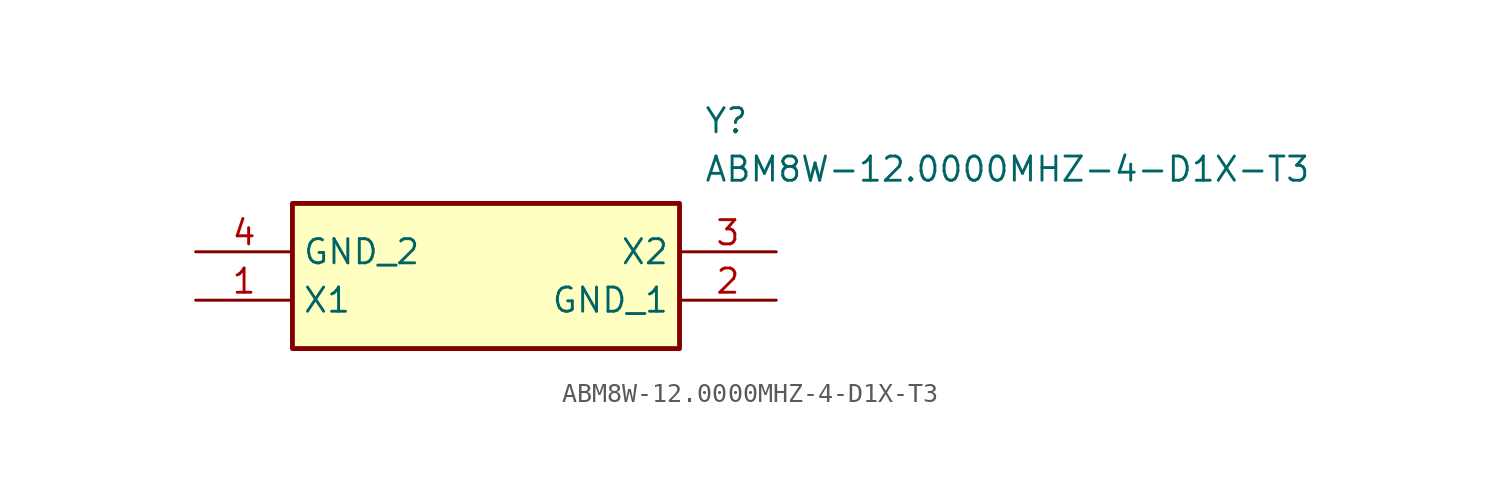
<source format=kicad_sym>
(kicad_symbol_lib
  (version 20211014)
  (generator SamacSys_ECAD_Model)
  (symbol "ABM8W-12.0000MHZ-4-D1X-T3"
    (property "Reference" "Y"
      (at 26.67 7.62 0)
      (effects (font (size 1.27 1.27)) (justify left top)))
    (property "Value" "ABM8W-12.0000MHZ-4-D1X-T3"
      (at 26.67 5.08 0)
      (effects (font (size 1.27 1.27)) (justify left top)))
    (rectangle
      (start 5.08 2.54)
      (end 25.4 -5.08)
      (stroke (width 0.254) (type default))
      (fill (type background)))
    (pin passive line
      (at 0 -2.54 0)
      (length 5.08)
      (name "X1" (effects (font (size 1.27 1.27))))
      (number "1" (effects (font (size 1.27 1.27)))))
    (pin passive line
      (at 30.48 -2.54 180)
      (length 5.08)
      (name "GND_1" (effects (font (size 1.27 1.27))))
      (number "2" (effects (font (size 1.27 1.27)))))
    (pin passive line
      (at 30.48 0 180)
      (length 5.08)
      (name "X2" (effects (font (size 1.27 1.27))))
      (number "3" (effects (font (size 1.27 1.27)))))
    (pin passive line
      (at 0 0 0)
      (length 5.08)
      (name "GND_2" (effects (font (size 1.27 1.27))))
      (number "4" (effects (font (size 1.27 1.27)))))))
</source>
